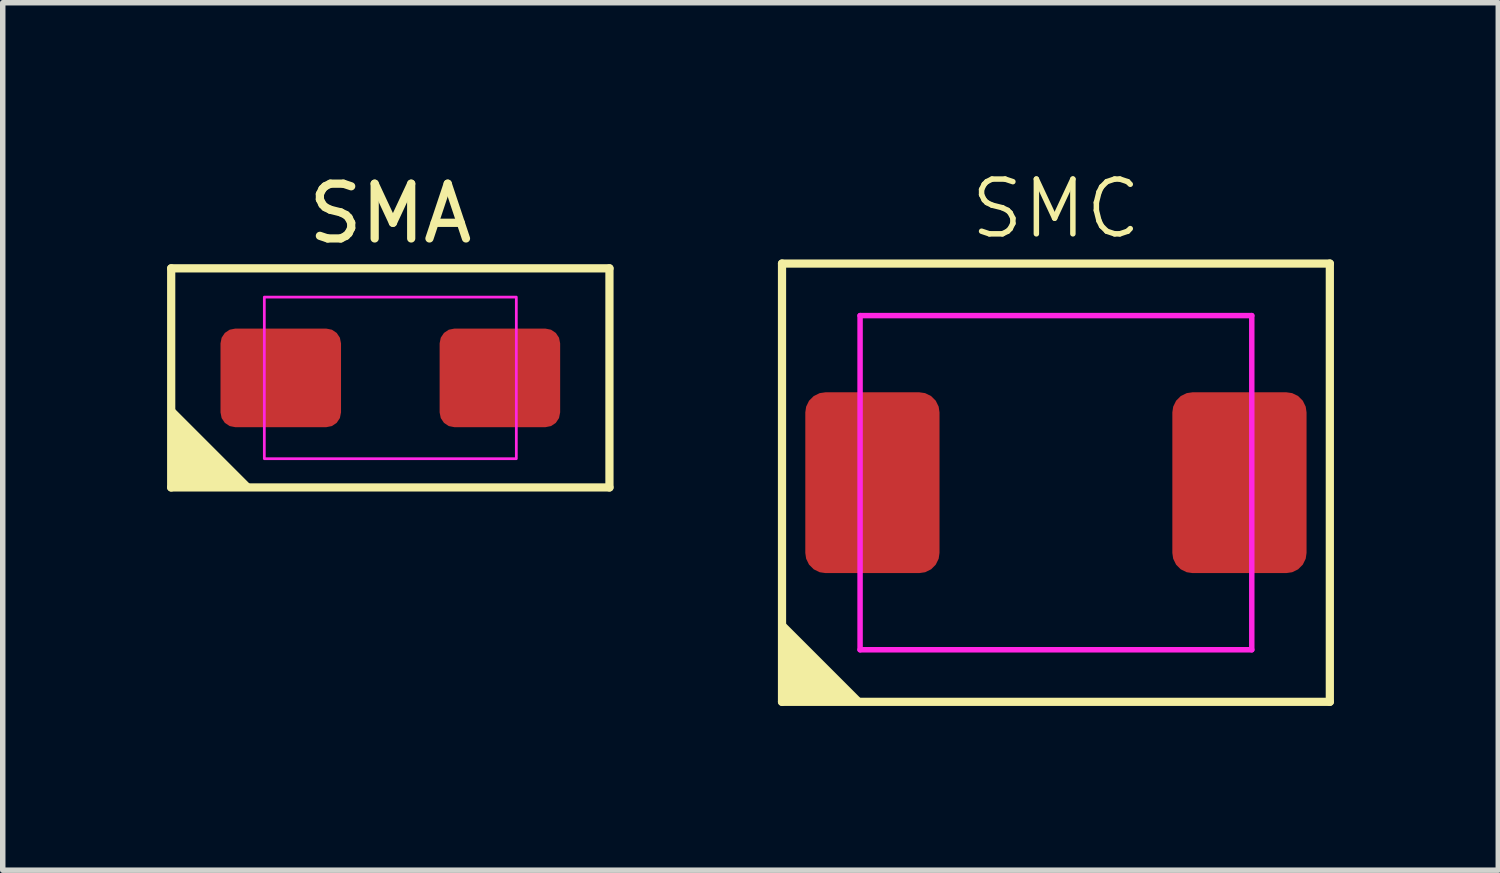
<source format=kicad_pcb>
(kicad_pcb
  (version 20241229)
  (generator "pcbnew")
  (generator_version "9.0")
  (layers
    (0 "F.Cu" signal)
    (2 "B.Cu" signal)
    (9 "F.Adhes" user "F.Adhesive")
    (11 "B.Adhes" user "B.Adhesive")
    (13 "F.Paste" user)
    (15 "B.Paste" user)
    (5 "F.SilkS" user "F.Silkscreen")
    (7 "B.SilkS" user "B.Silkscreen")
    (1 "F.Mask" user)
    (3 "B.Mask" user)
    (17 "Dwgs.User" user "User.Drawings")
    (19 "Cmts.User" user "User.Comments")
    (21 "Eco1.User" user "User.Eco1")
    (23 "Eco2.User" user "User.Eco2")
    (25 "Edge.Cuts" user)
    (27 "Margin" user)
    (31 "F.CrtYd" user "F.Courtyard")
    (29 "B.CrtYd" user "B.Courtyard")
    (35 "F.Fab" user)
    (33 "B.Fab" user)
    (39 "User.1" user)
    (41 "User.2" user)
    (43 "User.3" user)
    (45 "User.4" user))
  (footprint "SMC"
    (layer "F.Cu")
    (at 16.225 5.761)
    (property "Reference" "SMC" (at 0 -5 0) (unlocked yes) (layer "F.SilkS") (effects (font (size 1 1) (thickness 0.1))))
    (attr smd)
    (fp_line (start -5 -4) (end 5 -4) (stroke (width 0.15) (type solid)) (layer "F.SilkS"))
    (fp_line (start -5 4) (end -5 -4) (stroke (width 0.15) (type solid)) (layer "F.SilkS"))
    (fp_line (start 5 -4) (end 5 4) (stroke (width 0.15) (type solid)) (layer "F.SilkS"))
    (fp_line (start 5 4) (end -5 4) (stroke (width 0.15) (type solid)) (layer "F.SilkS"))
    (fp_poly (pts (xy -5 4) (xy -3.5 4) (xy -5 2.5)) (stroke (width 0) (type default)) (fill yes) (layer "F.SilkS"))
    (fp_line (start -3.575 -3.05) (end 3.575 -3.05) (stroke (width 0.1) (type default)) (layer "F.CrtYd"))
    (fp_line (start -3.575 3.05) (end -3.575 -3.05) (stroke (width 0.1) (type default)) (layer "F.CrtYd"))
    (fp_line (start 3.575 -3.05) (end 3.575 3.05) (stroke (width 0.1) (type default)) (layer "F.CrtYd"))
    (fp_line (start 3.575 3.05) (end -3.575 3.05) (stroke (width 0.1) (type default)) (layer "F.CrtYd"))
    (pad "1" smd roundrect (at -3.35 0) (size 2.45 3.3) (layers "F.Cu" "F.Mask" "F.Paste") (roundrect_rratio 0.15))
    (pad "2" smd roundrect (at 3.35 0) (size 2.45 3.3) (layers "F.Cu" "F.Mask" "F.Paste") (roundrect_rratio 0.15)))
  (footprint "SMA"
    (layer "F.Cu")
    (at 4.075 3.848)
    (property "Reference" "SMA" (at 0 -3 0) (layer "F.SilkS") (effects (font (size 1 1) (thickness 0.15))))
    (fp_line (start -4 -2) (end 4 -2) (stroke (width 0.15) (type solid)) (layer "F.SilkS"))
    (fp_line (start -4 2) (end -4 -2) (stroke (width 0.15) (type solid)) (layer "F.SilkS"))
    (fp_line (start -4 2) (end 4 2) (stroke (width 0.15) (type solid)) (layer "F.SilkS"))
    (fp_line (start 4 2) (end 4 -2) (stroke (width 0.15) (type solid)) (layer "F.SilkS"))
    (fp_poly (pts (xy -4 2) (xy -2.5 2) (xy -4 0.5)) (stroke (width 0) (type default)) (fill yes) (layer "F.SilkS"))
    (fp_rect (start -2.3 -1.475) (end 2.3 1.475) (stroke (width 0.05) (type solid)) (fill no) (layer "F.CrtYd"))
    (pad "1" smd roundrect (at -2 0) (size 2.2 1.8) (layers "F.Cu" "F.Mask" "F.Paste") (roundrect_rratio 0.15))
    (pad "2" smd roundrect (at 2 0) (size 2.2 1.8) (layers "F.Cu" "F.Mask" "F.Paste") (roundrect_rratio 0.15)))
  (gr_rect
    (start -3 -3)
    (end 24.3 12.835)
    (stroke (width 0.1) (type default))
    (fill no)
    (layer "Edge.Cuts")))
</source>
